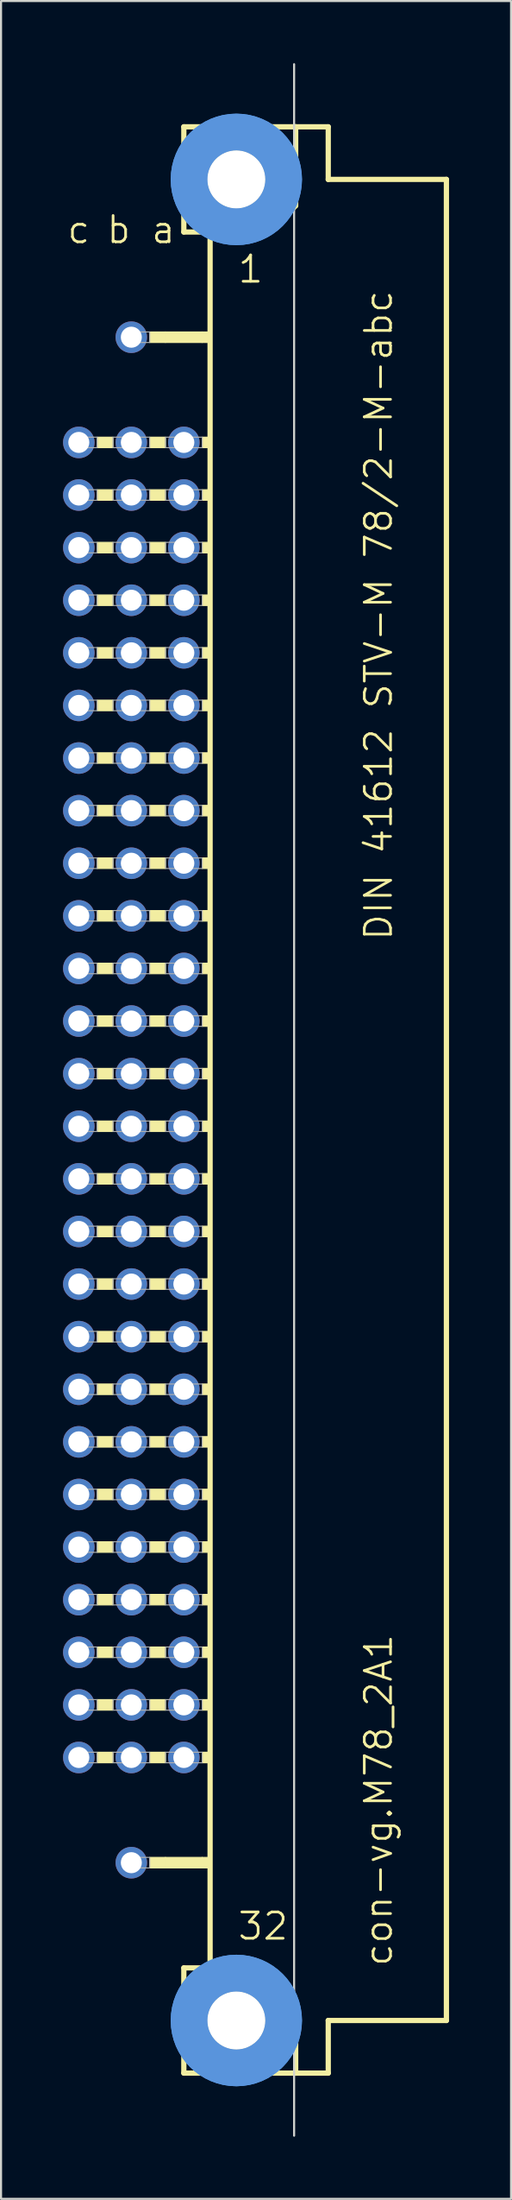
<source format=kicad_pcb>
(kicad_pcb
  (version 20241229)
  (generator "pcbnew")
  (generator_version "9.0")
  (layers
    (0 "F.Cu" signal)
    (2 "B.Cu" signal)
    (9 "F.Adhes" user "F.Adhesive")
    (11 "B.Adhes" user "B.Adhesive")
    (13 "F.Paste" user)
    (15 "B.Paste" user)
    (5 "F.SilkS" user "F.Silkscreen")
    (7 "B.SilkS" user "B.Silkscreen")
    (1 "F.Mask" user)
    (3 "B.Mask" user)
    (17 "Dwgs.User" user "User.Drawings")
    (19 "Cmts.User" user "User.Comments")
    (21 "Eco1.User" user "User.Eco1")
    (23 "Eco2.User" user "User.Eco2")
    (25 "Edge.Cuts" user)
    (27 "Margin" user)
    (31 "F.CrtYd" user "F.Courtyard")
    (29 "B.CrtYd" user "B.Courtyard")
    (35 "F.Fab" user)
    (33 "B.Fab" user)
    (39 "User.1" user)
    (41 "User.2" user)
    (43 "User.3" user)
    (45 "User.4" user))
  (footprint "con-vg.M78_2A1"
    (layer "F.Cu")
    (at 8.382 50.063)
    (property "Reference" "con-vg.M78_2A1" (at 7.62 41.91 90) (layer "F.SilkS") (effects (font (size 1.27 1.27) (thickness 0.13)) (justify left bottom)))
    (attr through_hole)
    (fp_line (start -2.54 -46.99) (end -2.54 -41.91) (stroke (width 0.254) (type default)) (layer "F.SilkS"))
    (fp_line (start -2.54 -41.91) (end -1.27 -41.91) (stroke (width 0.254) (type default)) (layer "F.SilkS"))
    (fp_line (start -2.54 41.91) (end -2.54 46.99) (stroke (width 0.254) (type default)) (layer "F.SilkS"))
    (fp_line (start -2.54 41.91) (end -1.27 41.91) (stroke (width 0.254) (type default)) (layer "F.SilkS"))
    (fp_line (start -2.54 46.99) (end 2.87 46.99) (stroke (width 0.254) (type default)) (layer "F.SilkS"))
    (fp_line (start -1.27 -41.91) (end -1.27 41.91) (stroke (width 0.254) (type default)) (layer "F.SilkS"))
    (fp_line (start -1.27 -41.91) (end 1.6 -41.91) (stroke (width 0.254) (type default)) (layer "F.SilkS"))
    (fp_line (start -1.27 41.91) (end 1.27 41.91) (stroke (width 0.254) (type default)) (layer "F.SilkS"))
    (fp_line (start 1.6 -41.91) (end 2.87 -43.18) (stroke (width 0.254) (type default)) (layer "F.SilkS"))
    (fp_line (start 2.87 -46.99) (end -2.54 -46.99) (stroke (width 0.254) (type default)) (layer "F.SilkS"))
    (fp_line (start 2.87 -43.18) (end 2.87 -46.99) (stroke (width 0.254) (type default)) (layer "F.SilkS"))
    (fp_line (start 2.87 43.51) (end 1.27 41.91) (stroke (width 0.254) (type default)) (layer "F.SilkS"))
    (fp_line (start 2.87 43.51) (end 2.87 46.99) (stroke (width 0.254) (type default)) (layer "F.SilkS"))
    (fp_line (start 2.87 46.99) (end 4.445 46.99) (stroke (width 0.254) (type default)) (layer "F.SilkS"))
    (fp_line (start 4.445 -46.99) (end 2.87 -46.99) (stroke (width 0.254) (type default)) (layer "F.SilkS"))
    (fp_line (start 4.445 -44.45) (end 4.445 -46.99) (stroke (width 0.254) (type default)) (layer "F.SilkS"))
    (fp_line (start 4.445 44.45) (end 10.16 44.45) (stroke (width 0.254) (type default)) (layer "F.SilkS"))
    (fp_line (start 4.445 46.99) (end 4.445 44.45) (stroke (width 0.254) (type default)) (layer "F.SilkS"))
    (fp_line (start 10.16 -44.45) (end 4.445 -44.45) (stroke (width 0.254) (type default)) (layer "F.SilkS"))
    (fp_line (start 10.16 44.45) (end 10.16 -44.45) (stroke (width 0.254) (type default)) (layer "F.SilkS"))
    (fp_rect (start -6.731 -31.496) (end -5.969 -32.004) (stroke (width 0.05) (type default)) (fill yes) (layer "F.SilkS"))
    (fp_rect (start -6.731 -28.956) (end -5.969 -29.464) (stroke (width 0.05) (type default)) (fill yes) (layer "F.SilkS"))
    (fp_rect (start -6.731 -26.416) (end -5.969 -26.924) (stroke (width 0.05) (type default)) (fill yes) (layer "F.SilkS"))
    (fp_rect (start -6.731 -23.876) (end -5.969 -24.384) (stroke (width 0.05) (type default)) (fill yes) (layer "F.SilkS"))
    (fp_rect (start -6.731 -21.336) (end -5.969 -21.844) (stroke (width 0.05) (type default)) (fill yes) (layer "F.SilkS"))
    (fp_rect (start -6.731 -18.796) (end -5.969 -19.304) (stroke (width 0.05) (type default)) (fill yes) (layer "F.SilkS"))
    (fp_rect (start -6.731 -16.256) (end -5.969 -16.764) (stroke (width 0.05) (type default)) (fill yes) (layer "F.SilkS"))
    (fp_rect (start -6.731 -13.716) (end -5.969 -14.224) (stroke (width 0.05) (type default)) (fill yes) (layer "F.SilkS"))
    (fp_rect (start -6.731 -11.176) (end -5.969 -11.684) (stroke (width 0.05) (type default)) (fill yes) (layer "F.SilkS"))
    (fp_rect (start -6.731 -8.636) (end -5.969 -9.144) (stroke (width 0.05) (type default)) (fill yes) (layer "F.SilkS"))
    (fp_rect (start -6.731 -6.096) (end -5.969 -6.604) (stroke (width 0.05) (type default)) (fill yes) (layer "F.SilkS"))
    (fp_rect (start -6.731 -3.556) (end -5.969 -4.064) (stroke (width 0.05) (type default)) (fill yes) (layer "F.SilkS"))
    (fp_rect (start -6.731 -1.016) (end -5.969 -1.524) (stroke (width 0.05) (type default)) (fill yes) (layer "F.SilkS"))
    (fp_rect (start -6.731 1.524) (end -5.969 1.016) (stroke (width 0.05) (type default)) (fill yes) (layer "F.SilkS"))
    (fp_rect (start -6.731 4.064) (end -5.969 3.556) (stroke (width 0.05) (type default)) (fill yes) (layer "F.SilkS"))
    (fp_rect (start -6.731 6.604) (end -5.969 6.096) (stroke (width 0.05) (type default)) (fill yes) (layer "F.SilkS"))
    (fp_rect (start -6.731 9.144) (end -5.969 8.636) (stroke (width 0.05) (type default)) (fill yes) (layer "F.SilkS"))
    (fp_rect (start -6.731 11.684) (end -5.969 11.176) (stroke (width 0.05) (type default)) (fill yes) (layer "F.SilkS"))
    (fp_rect (start -6.731 14.224) (end -5.969 13.716) (stroke (width 0.05) (type default)) (fill yes) (layer "F.SilkS"))
    (fp_rect (start -6.731 16.764) (end -5.969 16.256) (stroke (width 0.05) (type default)) (fill yes) (layer "F.SilkS"))
    (fp_rect (start -6.731 19.304) (end -5.969 18.796) (stroke (width 0.05) (type default)) (fill yes) (layer "F.SilkS"))
    (fp_rect (start -6.731 21.844) (end -5.969 21.336) (stroke (width 0.05) (type default)) (fill yes) (layer "F.SilkS"))
    (fp_rect (start -6.731 24.384) (end -5.969 23.876) (stroke (width 0.05) (type default)) (fill yes) (layer "F.SilkS"))
    (fp_rect (start -6.731 26.924) (end -5.969 26.416) (stroke (width 0.05) (type default)) (fill yes) (layer "F.SilkS"))
    (fp_rect (start -6.731 29.464) (end -5.969 28.956) (stroke (width 0.05) (type default)) (fill yes) (layer "F.SilkS"))
    (fp_rect (start -6.731 32.004) (end -5.969 31.496) (stroke (width 0.05) (type default)) (fill yes) (layer "F.SilkS"))
    (fp_rect (start -4.191 -36.576) (end -3.429 -37.084) (stroke (width 0.05) (type default)) (fill yes) (layer "F.SilkS"))
    (fp_rect (start -4.191 -31.496) (end -3.429 -32.004) (stroke (width 0.05) (type default)) (fill yes) (layer "F.SilkS"))
    (fp_rect (start -4.191 -28.956) (end -3.429 -29.464) (stroke (width 0.05) (type default)) (fill yes) (layer "F.SilkS"))
    (fp_rect (start -4.191 -26.416) (end -3.429 -26.924) (stroke (width 0.05) (type default)) (fill yes) (layer "F.SilkS"))
    (fp_rect (start -4.191 -23.876) (end -3.429 -24.384) (stroke (width 0.05) (type default)) (fill yes) (layer "F.SilkS"))
    (fp_rect (start -4.191 -21.336) (end -3.429 -21.844) (stroke (width 0.05) (type default)) (fill yes) (layer "F.SilkS"))
    (fp_rect (start -4.191 -18.796) (end -3.429 -19.304) (stroke (width 0.05) (type default)) (fill yes) (layer "F.SilkS"))
    (fp_rect (start -4.191 -16.256) (end -3.429 -16.764) (stroke (width 0.05) (type default)) (fill yes) (layer "F.SilkS"))
    (fp_rect (start -4.191 -13.716) (end -3.429 -14.224) (stroke (width 0.05) (type default)) (fill yes) (layer "F.SilkS"))
    (fp_rect (start -4.191 -11.176) (end -3.429 -11.684) (stroke (width 0.05) (type default)) (fill yes) (layer "F.SilkS"))
    (fp_rect (start -4.191 -8.636) (end -3.429 -9.144) (stroke (width 0.05) (type default)) (fill yes) (layer "F.SilkS"))
    (fp_rect (start -4.191 -6.096) (end -3.429 -6.604) (stroke (width 0.05) (type default)) (fill yes) (layer "F.SilkS"))
    (fp_rect (start -4.191 -3.556) (end -3.429 -4.064) (stroke (width 0.05) (type default)) (fill yes) (layer "F.SilkS"))
    (fp_rect (start -4.191 -1.016) (end -3.429 -1.524) (stroke (width 0.05) (type default)) (fill yes) (layer "F.SilkS"))
    (fp_rect (start -4.191 1.524) (end -3.429 1.016) (stroke (width 0.05) (type default)) (fill yes) (layer "F.SilkS"))
    (fp_rect (start -4.191 4.064) (end -3.429 3.556) (stroke (width 0.05) (type default)) (fill yes) (layer "F.SilkS"))
    (fp_rect (start -4.191 6.604) (end -3.429 6.096) (stroke (width 0.05) (type default)) (fill yes) (layer "F.SilkS"))
    (fp_rect (start -4.191 9.144) (end -3.429 8.636) (stroke (width 0.05) (type default)) (fill yes) (layer "F.SilkS"))
    (fp_rect (start -4.191 11.684) (end -3.429 11.176) (stroke (width 0.05) (type default)) (fill yes) (layer "F.SilkS"))
    (fp_rect (start -4.191 14.224) (end -3.429 13.716) (stroke (width 0.05) (type default)) (fill yes) (layer "F.SilkS"))
    (fp_rect (start -4.191 16.764) (end -3.429 16.256) (stroke (width 0.05) (type default)) (fill yes) (layer "F.SilkS"))
    (fp_rect (start -4.191 19.304) (end -3.429 18.796) (stroke (width 0.05) (type default)) (fill yes) (layer "F.SilkS"))
    (fp_rect (start -4.191 21.844) (end -3.429 21.336) (stroke (width 0.05) (type default)) (fill yes) (layer "F.SilkS"))
    (fp_rect (start -4.191 24.384) (end -3.429 23.876) (stroke (width 0.05) (type default)) (fill yes) (layer "F.SilkS"))
    (fp_rect (start -4.191 26.924) (end -3.429 26.416) (stroke (width 0.05) (type default)) (fill yes) (layer "F.SilkS"))
    (fp_rect (start -4.191 29.464) (end -3.429 28.956) (stroke (width 0.05) (type default)) (fill yes) (layer "F.SilkS"))
    (fp_rect (start -4.191 32.004) (end -3.429 31.496) (stroke (width 0.05) (type default)) (fill yes) (layer "F.SilkS"))
    (fp_rect (start -4.191 37.084) (end -3.429 36.576) (stroke (width 0.05) (type default)) (fill yes) (layer "F.SilkS"))
    (fp_rect (start -3.429 -36.576) (end -1.651 -37.084) (stroke (width 0.05) (type default)) (fill yes) (layer "F.SilkS"))
    (fp_rect (start -3.429 37.084) (end -1.651 36.576) (stroke (width 0.05) (type default)) (fill yes) (layer "F.SilkS"))
    (fp_rect (start -1.651 -36.576) (end -1.27 -37.084) (stroke (width 0.05) (type default)) (fill yes) (layer "F.SilkS"))
    (fp_rect (start -1.651 -31.496) (end -1.27 -32.004) (stroke (width 0.05) (type default)) (fill yes) (layer "F.SilkS"))
    (fp_rect (start -1.651 -28.956) (end -1.27 -29.464) (stroke (width 0.05) (type default)) (fill yes) (layer "F.SilkS"))
    (fp_rect (start -1.651 -26.416) (end -1.27 -26.924) (stroke (width 0.05) (type default)) (fill yes) (layer "F.SilkS"))
    (fp_rect (start -1.651 -23.876) (end -1.27 -24.384) (stroke (width 0.05) (type default)) (fill yes) (layer "F.SilkS"))
    (fp_rect (start -1.651 -21.336) (end -1.27 -21.844) (stroke (width 0.05) (type default)) (fill yes) (layer "F.SilkS"))
    (fp_rect (start -1.651 -18.796) (end -1.27 -19.304) (stroke (width 0.05) (type default)) (fill yes) (layer "F.SilkS"))
    (fp_rect (start -1.651 -16.256) (end -1.27 -16.764) (stroke (width 0.05) (type default)) (fill yes) (layer "F.SilkS"))
    (fp_rect (start -1.651 -13.716) (end -1.27 -14.224) (stroke (width 0.05) (type default)) (fill yes) (layer "F.SilkS"))
    (fp_rect (start -1.651 -11.176) (end -1.27 -11.684) (stroke (width 0.05) (type default)) (fill yes) (layer "F.SilkS"))
    (fp_rect (start -1.651 -8.636) (end -1.27 -9.144) (stroke (width 0.05) (type default)) (fill yes) (layer "F.SilkS"))
    (fp_rect (start -1.651 -6.096) (end -1.27 -6.604) (stroke (width 0.05) (type default)) (fill yes) (layer "F.SilkS"))
    (fp_rect (start -1.651 -3.556) (end -1.27 -4.064) (stroke (width 0.05) (type default)) (fill yes) (layer "F.SilkS"))
    (fp_rect (start -1.651 -1.016) (end -1.27 -1.524) (stroke (width 0.05) (type default)) (fill yes) (layer "F.SilkS"))
    (fp_rect (start -1.651 1.524) (end -1.27 1.016) (stroke (width 0.05) (type default)) (fill yes) (layer "F.SilkS"))
    (fp_rect (start -1.651 4.064) (end -1.27 3.556) (stroke (width 0.05) (type default)) (fill yes) (layer "F.SilkS"))
    (fp_rect (start -1.651 6.604) (end -1.27 6.096) (stroke (width 0.05) (type default)) (fill yes) (layer "F.SilkS"))
    (fp_rect (start -1.651 9.144) (end -1.27 8.636) (stroke (width 0.05) (type default)) (fill yes) (layer "F.SilkS"))
    (fp_rect (start -1.651 11.684) (end -1.27 11.176) (stroke (width 0.05) (type default)) (fill yes) (layer "F.SilkS"))
    (fp_rect (start -1.651 14.224) (end -1.27 13.716) (stroke (width 0.05) (type default)) (fill yes) (layer "F.SilkS"))
    (fp_rect (start -1.651 16.764) (end -1.27 16.256) (stroke (width 0.05) (type default)) (fill yes) (layer "F.SilkS"))
    (fp_rect (start -1.651 19.304) (end -1.27 18.796) (stroke (width 0.05) (type default)) (fill yes) (layer "F.SilkS"))
    (fp_rect (start -1.651 21.844) (end -1.27 21.336) (stroke (width 0.05) (type default)) (fill yes) (layer "F.SilkS"))
    (fp_rect (start -1.651 24.384) (end -1.27 23.876) (stroke (width 0.05) (type default)) (fill yes) (layer "F.SilkS"))
    (fp_rect (start -1.651 26.924) (end -1.27 26.416) (stroke (width 0.05) (type default)) (fill yes) (layer "F.SilkS"))
    (fp_rect (start -1.651 29.464) (end -1.27 28.956) (stroke (width 0.05) (type default)) (fill yes) (layer "F.SilkS"))
    (fp_rect (start -1.651 32.004) (end -1.27 31.496) (stroke (width 0.05) (type default)) (fill yes) (layer "F.SilkS"))
    (fp_rect (start -1.651 37.084) (end -1.27 36.576) (stroke (width 0.05) (type default)) (fill yes) (layer "F.SilkS"))
    (fp_circle (center 0 -44.45) (end 1.27 -44.45) (stroke (width 0.254) (type default)) (fill no) (layer "F.SilkS"))
    (fp_circle (center 0 44.45) (end 1.27 44.45) (stroke (width 0.254) (type default)) (fill no) (layer "F.SilkS"))
    (fp_circle (center 0 -44.45) (end 2.286 -44.45) (stroke (width 1.778) (type default)) (fill no) (layer "Cmts.User"))
    (fp_circle (center 0 -44.45) (end 2.286 -44.45) (stroke (width 1.778) (type default)) (fill no) (layer "Cmts.User"))
    (fp_circle (center 0 44.45) (end 2.286 44.45) (stroke (width 1.778) (type default)) (fill no) (layer "Cmts.User"))
    (fp_circle (center 0 44.45) (end 2.286 44.45) (stroke (width 1.778) (type default)) (fill no) (layer "Cmts.User"))
    (fp_line (start 2.794 50.013) (end 2.794 -50.013) (stroke (width 0.1) (type default)) (layer "Edge.Cuts"))
    (fp_rect (start -7.874 -31.496) (end -6.731 -32.004) (stroke (width 0.05) (type default)) (fill no) (layer "F.Fab"))
    (fp_rect (start -7.874 -28.956) (end -6.731 -29.464) (stroke (width 0.05) (type default)) (fill no) (layer "F.Fab"))
    (fp_rect (start -7.874 -26.416) (end -6.731 -26.924) (stroke (width 0.05) (type default)) (fill no) (layer "F.Fab"))
    (fp_rect (start -7.874 -23.876) (end -6.731 -24.384) (stroke (width 0.05) (type default)) (fill no) (layer "F.Fab"))
    (fp_rect (start -7.874 -21.336) (end -6.731 -21.844) (stroke (width 0.05) (type default)) (fill no) (layer "F.Fab"))
    (fp_rect (start -7.874 -18.796) (end -6.731 -19.304) (stroke (width 0.05) (type default)) (fill no) (layer "F.Fab"))
    (fp_rect (start -7.874 -16.256) (end -6.731 -16.764) (stroke (width 0.05) (type default)) (fill no) (layer "F.Fab"))
    (fp_rect (start -7.874 -13.716) (end -6.731 -14.224) (stroke (width 0.05) (type default)) (fill no) (layer "F.Fab"))
    (fp_rect (start -7.874 -11.176) (end -6.731 -11.684) (stroke (width 0.05) (type default)) (fill no) (layer "F.Fab"))
    (fp_rect (start -7.874 -8.636) (end -6.731 -9.144) (stroke (width 0.05) (type default)) (fill no) (layer "F.Fab"))
    (fp_rect (start -7.874 -6.096) (end -6.731 -6.604) (stroke (width 0.05) (type default)) (fill no) (layer "F.Fab"))
    (fp_rect (start -7.874 -3.556) (end -6.731 -4.064) (stroke (width 0.05) (type default)) (fill no) (layer "F.Fab"))
    (fp_rect (start -7.874 -1.016) (end -6.731 -1.524) (stroke (width 0.05) (type default)) (fill no) (layer "F.Fab"))
    (fp_rect (start -7.874 1.524) (end -6.731 1.016) (stroke (width 0.05) (type default)) (fill no) (layer "F.Fab"))
    (fp_rect (start -7.874 4.064) (end -6.731 3.556) (stroke (width 0.05) (type default)) (fill no) (layer "F.Fab"))
    (fp_rect (start -7.874 6.604) (end -6.731 6.096) (stroke (width 0.05) (type default)) (fill no) (layer "F.Fab"))
    (fp_rect (start -7.874 9.144) (end -6.731 8.636) (stroke (width 0.05) (type default)) (fill no) (layer "F.Fab"))
    (fp_rect (start -7.874 11.684) (end -6.731 11.176) (stroke (width 0.05) (type default)) (fill no) (layer "F.Fab"))
    (fp_rect (start -7.874 14.224) (end -6.731 13.716) (stroke (width 0.05) (type default)) (fill no) (layer "F.Fab"))
    (fp_rect (start -7.874 16.764) (end -6.731 16.256) (stroke (width 0.05) (type default)) (fill no) (layer "F.Fab"))
    (fp_rect (start -7.874 19.304) (end -6.731 18.796) (stroke (width 0.05) (type default)) (fill no) (layer "F.Fab"))
    (fp_rect (start -7.874 21.844) (end -6.731 21.336) (stroke (width 0.05) (type default)) (fill no) (layer "F.Fab"))
    (fp_rect (start -7.874 24.384) (end -6.731 23.876) (stroke (width 0.05) (type default)) (fill no) (layer "F.Fab"))
    (fp_rect (start -7.874 26.924) (end -6.731 26.416) (stroke (width 0.05) (type default)) (fill no) (layer "F.Fab"))
    (fp_rect (start -7.874 29.464) (end -6.731 28.956) (stroke (width 0.05) (type default)) (fill no) (layer "F.Fab"))
    (fp_rect (start -7.874 32.004) (end -6.731 31.496) (stroke (width 0.05) (type default)) (fill no) (layer "F.Fab"))
    (fp_rect (start -5.969 -31.496) (end -4.191 -32.004) (stroke (width 0.05) (type default)) (fill no) (layer "F.Fab"))
    (fp_rect (start -5.969 -28.956) (end -4.191 -29.464) (stroke (width 0.05) (type default)) (fill no) (layer "F.Fab"))
    (fp_rect (start -5.969 -26.416) (end -4.191 -26.924) (stroke (width 0.05) (type default)) (fill no) (layer "F.Fab"))
    (fp_rect (start -5.969 -23.876) (end -4.191 -24.384) (stroke (width 0.05) (type default)) (fill no) (layer "F.Fab"))
    (fp_rect (start -5.969 -21.336) (end -4.191 -21.844) (stroke (width 0.05) (type default)) (fill no) (layer "F.Fab"))
    (fp_rect (start -5.969 -18.796) (end -4.191 -19.304) (stroke (width 0.05) (type default)) (fill no) (layer "F.Fab"))
    (fp_rect (start -5.969 -16.256) (end -4.191 -16.764) (stroke (width 0.05) (type default)) (fill no) (layer "F.Fab"))
    (fp_rect (start -5.969 -13.716) (end -4.191 -14.224) (stroke (width 0.05) (type default)) (fill no) (layer "F.Fab"))
    (fp_rect (start -5.969 -11.176) (end -4.191 -11.684) (stroke (width 0.05) (type default)) (fill no) (layer "F.Fab"))
    (fp_rect (start -5.969 -8.636) (end -4.191 -9.144) (stroke (width 0.05) (type default)) (fill no) (layer "F.Fab"))
    (fp_rect (start -5.969 -6.096) (end -4.191 -6.604) (stroke (width 0.05) (type default)) (fill no) (layer "F.Fab"))
    (fp_rect (start -5.969 -3.556) (end -4.191 -4.064) (stroke (width 0.05) (type default)) (fill no) (layer "F.Fab"))
    (fp_rect (start -5.969 -1.016) (end -4.191 -1.524) (stroke (width 0.05) (type default)) (fill no) (layer "F.Fab"))
    (fp_rect (start -5.969 1.524) (end -4.191 1.016) (stroke (width 0.05) (type default)) (fill no) (layer "F.Fab"))
    (fp_rect (start -5.969 4.064) (end -4.191 3.556) (stroke (width 0.05) (type default)) (fill no) (layer "F.Fab"))
    (fp_rect (start -5.969 6.604) (end -4.191 6.096) (stroke (width 0.05) (type default)) (fill no) (layer "F.Fab"))
    (fp_rect (start -5.969 9.144) (end -4.191 8.636) (stroke (width 0.05) (type default)) (fill no) (layer "F.Fab"))
    (fp_rect (start -5.969 11.684) (end -4.191 11.176) (stroke (width 0.05) (type default)) (fill no) (layer "F.Fab"))
    (fp_rect (start -5.969 14.224) (end -4.191 13.716) (stroke (width 0.05) (type default)) (fill no) (layer "F.Fab"))
    (fp_rect (start -5.969 16.764) (end -4.191 16.256) (stroke (width 0.05) (type default)) (fill no) (layer "F.Fab"))
    (fp_rect (start -5.969 19.304) (end -4.191 18.796) (stroke (width 0.05) (type default)) (fill no) (layer "F.Fab"))
    (fp_rect (start -5.969 21.844) (end -4.191 21.336) (stroke (width 0.05) (type default)) (fill no) (layer "F.Fab"))
    (fp_rect (start -5.969 24.384) (end -4.191 23.876) (stroke (width 0.05) (type default)) (fill no) (layer "F.Fab"))
    (fp_rect (start -5.969 26.924) (end -4.191 26.416) (stroke (width 0.05) (type default)) (fill no) (layer "F.Fab"))
    (fp_rect (start -5.969 29.464) (end -4.191 28.956) (stroke (width 0.05) (type default)) (fill no) (layer "F.Fab"))
    (fp_rect (start -5.969 32.004) (end -4.191 31.496) (stroke (width 0.05) (type default)) (fill no) (layer "F.Fab"))
    (fp_rect (start -5.334 -36.576) (end -4.191 -37.084) (stroke (width 0.05) (type default)) (fill no) (layer "F.Fab"))
    (fp_rect (start -5.334 37.084) (end -4.191 36.576) (stroke (width 0.05) (type default)) (fill no) (layer "F.Fab"))
    (fp_rect (start -3.429 -31.496) (end -1.651 -32.004) (stroke (width 0.05) (type default)) (fill no) (layer "F.Fab"))
    (fp_rect (start -3.429 -28.956) (end -1.651 -29.464) (stroke (width 0.05) (type default)) (fill no) (layer "F.Fab"))
    (fp_rect (start -3.429 -26.416) (end -1.651 -26.924) (stroke (width 0.05) (type default)) (fill no) (layer "F.Fab"))
    (fp_rect (start -3.429 -23.876) (end -1.651 -24.384) (stroke (width 0.05) (type default)) (fill no) (layer "F.Fab"))
    (fp_rect (start -3.429 -21.336) (end -1.651 -21.844) (stroke (width 0.05) (type default)) (fill no) (layer "F.Fab"))
    (fp_rect (start -3.429 -18.796) (end -1.651 -19.304) (stroke (width 0.05) (type default)) (fill no) (layer "F.Fab"))
    (fp_rect (start -3.429 -16.256) (end -1.651 -16.764) (stroke (width 0.05) (type default)) (fill no) (layer "F.Fab"))
    (fp_rect (start -3.429 -13.716) (end -1.651 -14.224) (stroke (width 0.05) (type default)) (fill no) (layer "F.Fab"))
    (fp_rect (start -3.429 -11.176) (end -1.651 -11.684) (stroke (width 0.05) (type default)) (fill no) (layer "F.Fab"))
    (fp_rect (start -3.429 -8.636) (end -1.651 -9.144) (stroke (width 0.05) (type default)) (fill no) (layer "F.Fab"))
    (fp_rect (start -3.429 -6.096) (end -1.651 -6.604) (stroke (width 0.05) (type default)) (fill no) (layer "F.Fab"))
    (fp_rect (start -3.429 -3.556) (end -1.651 -4.064) (stroke (width 0.05) (type default)) (fill no) (layer "F.Fab"))
    (fp_rect (start -3.429 -1.016) (end -1.651 -1.524) (stroke (width 0.05) (type default)) (fill no) (layer "F.Fab"))
    (fp_rect (start -3.429 1.524) (end -1.651 1.016) (stroke (width 0.05) (type default)) (fill no) (layer "F.Fab"))
    (fp_rect (start -3.429 4.064) (end -1.651 3.556) (stroke (width 0.05) (type default)) (fill no) (layer "F.Fab"))
    (fp_rect (start -3.429 6.604) (end -1.651 6.096) (stroke (width 0.05) (type default)) (fill no) (layer "F.Fab"))
    (fp_rect (start -3.429 9.144) (end -1.651 8.636) (stroke (width 0.05) (type default)) (fill no) (layer "F.Fab"))
    (fp_rect (start -3.429 11.684) (end -1.651 11.176) (stroke (width 0.05) (type default)) (fill no) (layer "F.Fab"))
    (fp_rect (start -3.429 14.224) (end -1.651 13.716) (stroke (width 0.05) (type default)) (fill no) (layer "F.Fab"))
    (fp_rect (start -3.429 16.764) (end -1.651 16.256) (stroke (width 0.05) (type default)) (fill no) (layer "F.Fab"))
    (fp_rect (start -3.429 19.304) (end -1.651 18.796) (stroke (width 0.05) (type default)) (fill no) (layer "F.Fab"))
    (fp_rect (start -3.429 21.844) (end -1.651 21.336) (stroke (width 0.05) (type default)) (fill no) (layer "F.Fab"))
    (fp_rect (start -3.429 24.384) (end -1.651 23.876) (stroke (width 0.05) (type default)) (fill no) (layer "F.Fab"))
    (fp_rect (start -3.429 26.924) (end -1.651 26.416) (stroke (width 0.05) (type default)) (fill no) (layer "F.Fab"))
    (fp_rect (start -3.429 29.464) (end -1.651 28.956) (stroke (width 0.05) (type default)) (fill no) (layer "F.Fab"))
    (fp_rect (start -3.429 32.004) (end -1.651 31.496) (stroke (width 0.05) (type default)) (fill no) (layer "F.Fab"))
    (fp_text user "1" (at 0 -39.37 0) (layer "F.SilkS") (effects (font (size 1.27 1.27) (thickness 0.13)) (justify left bottom)))
    (fp_text user "b" (at -6.35 -41.275 0) (layer "F.SilkS") (effects (font (size 1.27 1.27) (thickness 0.13)) (justify left bottom)))
    (fp_text user "DIN 41612 STV-M 78/2-M-abc" (at 7.62 -7.62 90) (layer "F.SilkS") (effects (font (size 1.27 1.27) (thickness 0.13)) (justify left bottom)))
    (fp_text user "a" (at -4.191 -41.275 0) (layer "F.SilkS") (effects (font (size 1.27 1.27) (thickness 0.13)) (justify left bottom)))
    (fp_text user "32" (at 0 40.64 0) (layer "F.SilkS") (effects (font (size 1.27 1.27) (thickness 0.13)) (justify left bottom)))
    (fp_text user "c" (at -8.255 -41.275 0) (layer "F.SilkS") (effects (font (size 1.27 1.27) (thickness 0.13)) (justify left bottom)))
    (pad "" np_thru_hole circle (at 0 -44.45) (size 2.794 2.794) (drill 2.794) (layers "*.Cu" "*.Mask"))
    (pad "" np_thru_hole circle (at 0 44.45) (size 2.794 2.794) (drill 2.794) (layers "*.Cu" "*.Mask"))
    (pad "A4" thru_hole circle (at -2.54 -31.75) (size 1.524 1.524) (drill 1.016) (layers "*.Cu" "*.Mask"))
    (pad "A5" thru_hole circle (at -2.54 -29.21) (size 1.524 1.524) (drill 1.016) (layers "*.Cu" "*.Mask"))
    (pad "A6" thru_hole circle (at -2.54 -26.67) (size 1.524 1.524) (drill 1.016) (layers "*.Cu" "*.Mask"))
    (pad "A7" thru_hole circle (at -2.54 -24.13) (size 1.524 1.524) (drill 1.016) (layers "*.Cu" "*.Mask"))
    (pad "A8" thru_hole circle (at -2.54 -21.59) (size 1.524 1.524) (drill 1.016) (layers "*.Cu" "*.Mask"))
    (pad "A9" thru_hole circle (at -2.54 -19.05) (size 1.524 1.524) (drill 1.016) (layers "*.Cu" "*.Mask"))
    (pad "A10" thru_hole circle (at -2.54 -16.51) (size 1.524 1.524) (drill 1.016) (layers "*.Cu" "*.Mask"))
    (pad "A11" thru_hole circle (at -2.54 -13.97) (size 1.524 1.524) (drill 1.016) (layers "*.Cu" "*.Mask"))
    (pad "A12" thru_hole circle (at -2.54 -11.43) (size 1.524 1.524) (drill 1.016) (layers "*.Cu" "*.Mask"))
    (pad "A13" thru_hole circle (at -2.54 -8.89) (size 1.524 1.524) (drill 1.016) (layers "*.Cu" "*.Mask"))
    (pad "A14" thru_hole circle (at -2.54 -6.35) (size 1.524 1.524) (drill 1.016) (layers "*.Cu" "*.Mask"))
    (pad "A15" thru_hole circle (at -2.54 -3.81) (size 1.524 1.524) (drill 1.016) (layers "*.Cu" "*.Mask"))
    (pad "A16" thru_hole circle (at -2.54 -1.27) (size 1.524 1.524) (drill 1.016) (layers "*.Cu" "*.Mask"))
    (pad "A17" thru_hole circle (at -2.54 1.27) (size 1.524 1.524) (drill 1.016) (layers "*.Cu" "*.Mask"))
    (pad "A18" thru_hole circle (at -2.54 3.81) (size 1.524 1.524) (drill 1.016) (layers "*.Cu" "*.Mask"))
    (pad "A19" thru_hole circle (at -2.54 6.35) (size 1.524 1.524) (drill 1.016) (layers "*.Cu" "*.Mask"))
    (pad "A20" thru_hole circle (at -2.54 8.89) (size 1.524 1.524) (drill 1.016) (layers "*.Cu" "*.Mask"))
    (pad "A21" thru_hole circle (at -2.54 11.43) (size 1.524 1.524) (drill 1.016) (layers "*.Cu" "*.Mask"))
    (pad "A22" thru_hole circle (at -2.54 13.97) (size 1.524 1.524) (drill 1.016) (layers "*.Cu" "*.Mask"))
    (pad "A23" thru_hole circle (at -2.54 16.51) (size 1.524 1.524) (drill 1.016) (layers "*.Cu" "*.Mask"))
    (pad "A24" thru_hole circle (at -2.54 19.05) (size 1.524 1.524) (drill 1.016) (layers "*.Cu" "*.Mask"))
    (pad "A25" thru_hole circle (at -2.54 21.59) (size 1.524 1.524) (drill 1.016) (layers "*.Cu" "*.Mask"))
    (pad "A26" thru_hole circle (at -2.54 24.13) (size 1.524 1.524) (drill 1.016) (layers "*.Cu" "*.Mask"))
    (pad "A27" thru_hole circle (at -2.54 26.67) (size 1.524 1.524) (drill 1.016) (layers "*.Cu" "*.Mask"))
    (pad "A28" thru_hole circle (at -2.54 29.21) (size 1.524 1.524) (drill 1.016) (layers "*.Cu" "*.Mask"))
    (pad "A29" thru_hole circle (at -2.54 31.75) (size 1.524 1.524) (drill 1.016) (layers "*.Cu" "*.Mask"))
    (pad "B2" thru_hole circle (at -5.08 -36.83) (size 1.524 1.524) (drill 1.016) (layers "*.Cu" "*.Mask"))
    (pad "B4" thru_hole circle (at -5.08 -31.75) (size 1.524 1.524) (drill 1.016) (layers "*.Cu" "*.Mask"))
    (pad "B5" thru_hole circle (at -5.08 -29.21) (size 1.524 1.524) (drill 1.016) (layers "*.Cu" "*.Mask"))
    (pad "B6" thru_hole circle (at -5.08 -26.67) (size 1.524 1.524) (drill 1.016) (layers "*.Cu" "*.Mask"))
    (pad "B7" thru_hole circle (at -5.08 -24.13) (size 1.524 1.524) (drill 1.016) (layers "*.Cu" "*.Mask"))
    (pad "B8" thru_hole circle (at -5.08 -21.59) (size 1.524 1.524) (drill 1.016) (layers "*.Cu" "*.Mask"))
    (pad "B9" thru_hole circle (at -5.08 -19.05) (size 1.524 1.524) (drill 1.016) (layers "*.Cu" "*.Mask"))
    (pad "B10" thru_hole circle (at -5.08 -16.51) (size 1.524 1.524) (drill 1.016) (layers "*.Cu" "*.Mask"))
    (pad "B11" thru_hole circle (at -5.08 -13.97) (size 1.524 1.524) (drill 1.016) (layers "*.Cu" "*.Mask"))
    (pad "B12" thru_hole circle (at -5.08 -11.43) (size 1.524 1.524) (drill 1.016) (layers "*.Cu" "*.Mask"))
    (pad "B13" thru_hole circle (at -5.08 -8.89) (size 1.524 1.524) (drill 1.016) (layers "*.Cu" "*.Mask"))
    (pad "B14" thru_hole circle (at -5.08 -6.35) (size 1.524 1.524) (drill 1.016) (layers "*.Cu" "*.Mask"))
    (pad "B15" thru_hole circle (at -5.08 -3.81) (size 1.524 1.524) (drill 1.016) (layers "*.Cu" "*.Mask"))
    (pad "B16" thru_hole circle (at -5.08 -1.27) (size 1.524 1.524) (drill 1.016) (layers "*.Cu" "*.Mask"))
    (pad "B17" thru_hole circle (at -5.08 1.27) (size 1.524 1.524) (drill 1.016) (layers "*.Cu" "*.Mask"))
    (pad "B18" thru_hole circle (at -5.08 3.81) (size 1.524 1.524) (drill 1.016) (layers "*.Cu" "*.Mask"))
    (pad "B19" thru_hole circle (at -5.08 6.35) (size 1.524 1.524) (drill 1.016) (layers "*.Cu" "*.Mask"))
    (pad "B20" thru_hole circle (at -5.08 8.89) (size 1.524 1.524) (drill 1.016) (layers "*.Cu" "*.Mask"))
    (pad "B21" thru_hole circle (at -5.08 11.43) (size 1.524 1.524) (drill 1.016) (layers "*.Cu" "*.Mask"))
    (pad "B22" thru_hole circle (at -5.08 13.97) (size 1.524 1.524) (drill 1.016) (layers "*.Cu" "*.Mask"))
    (pad "B23" thru_hole circle (at -5.08 16.51) (size 1.524 1.524) (drill 1.016) (layers "*.Cu" "*.Mask"))
    (pad "B24" thru_hole circle (at -5.08 19.05) (size 1.524 1.524) (drill 1.016) (layers "*.Cu" "*.Mask"))
    (pad "B25" thru_hole circle (at -5.08 21.59) (size 1.524 1.524) (drill 1.016) (layers "*.Cu" "*.Mask"))
    (pad "B26" thru_hole circle (at -5.08 24.13) (size 1.524 1.524) (drill 1.016) (layers "*.Cu" "*.Mask"))
    (pad "B27" thru_hole circle (at -5.08 26.67) (size 1.524 1.524) (drill 1.016) (layers "*.Cu" "*.Mask"))
    (pad "B28" thru_hole circle (at -5.08 29.21) (size 1.524 1.524) (drill 1.016) (layers "*.Cu" "*.Mask"))
    (pad "B29" thru_hole circle (at -5.08 31.75) (size 1.524 1.524) (drill 1.016) (layers "*.Cu" "*.Mask"))
    (pad "B31" thru_hole circle (at -5.08 36.83) (size 1.524 1.524) (drill 1.016) (layers "*.Cu" "*.Mask"))
    (pad "C4" thru_hole circle (at -7.62 -31.75) (size 1.524 1.524) (drill 1.016) (layers "*.Cu" "*.Mask"))
    (pad "C5" thru_hole circle (at -7.62 -29.21) (size 1.524 1.524) (drill 1.016) (layers "*.Cu" "*.Mask"))
    (pad "C6" thru_hole circle (at -7.62 -26.67) (size 1.524 1.524) (drill 1.016) (layers "*.Cu" "*.Mask"))
    (pad "C7" thru_hole circle (at -7.62 -24.13) (size 1.524 1.524) (drill 1.016) (layers "*.Cu" "*.Mask"))
    (pad "C8" thru_hole circle (at -7.62 -21.59) (size 1.524 1.524) (drill 1.016) (layers "*.Cu" "*.Mask"))
    (pad "C9" thru_hole circle (at -7.62 -19.05) (size 1.524 1.524) (drill 1.016) (layers "*.Cu" "*.Mask"))
    (pad "C10" thru_hole circle (at -7.62 -16.51) (size 1.524 1.524) (drill 1.016) (layers "*.Cu" "*.Mask"))
    (pad "C11" thru_hole circle (at -7.62 -13.97) (size 1.524 1.524) (drill 1.016) (layers "*.Cu" "*.Mask"))
    (pad "C12" thru_hole circle (at -7.62 -11.43) (size 1.524 1.524) (drill 1.016) (layers "*.Cu" "*.Mask"))
    (pad "C13" thru_hole circle (at -7.62 -8.89) (size 1.524 1.524) (drill 1.016) (layers "*.Cu" "*.Mask"))
    (pad "C14" thru_hole circle (at -7.62 -6.35) (size 1.524 1.524) (drill 1.016) (layers "*.Cu" "*.Mask"))
    (pad "C15" thru_hole circle (at -7.62 -3.81) (size 1.524 1.524) (drill 1.016) (layers "*.Cu" "*.Mask"))
    (pad "C16" thru_hole circle (at -7.62 -1.27) (size 1.524 1.524) (drill 1.016) (layers "*.Cu" "*.Mask"))
    (pad "C17" thru_hole circle (at -7.62 1.27) (size 1.524 1.524) (drill 1.016) (layers "*.Cu" "*.Mask"))
    (pad "C18" thru_hole circle (at -7.62 3.81) (size 1.524 1.524) (drill 1.016) (layers "*.Cu" "*.Mask"))
    (pad "C19" thru_hole circle (at -7.62 6.35) (size 1.524 1.524) (drill 1.016) (layers "*.Cu" "*.Mask"))
    (pad "C20" thru_hole circle (at -7.62 8.89) (size 1.524 1.524) (drill 1.016) (layers "*.Cu" "*.Mask"))
    (pad "C21" thru_hole circle (at -7.62 11.43) (size 1.524 1.524) (drill 1.016) (layers "*.Cu" "*.Mask"))
    (pad "C22" thru_hole circle (at -7.62 13.97) (size 1.524 1.524) (drill 1.016) (layers "*.Cu" "*.Mask"))
    (pad "C23" thru_hole circle (at -7.62 16.51) (size 1.524 1.524) (drill 1.016) (layers "*.Cu" "*.Mask"))
    (pad "C24" thru_hole circle (at -7.62 19.05) (size 1.524 1.524) (drill 1.016) (layers "*.Cu" "*.Mask"))
    (pad "C25" thru_hole circle (at -7.62 21.59) (size 1.524 1.524) (drill 1.016) (layers "*.Cu" "*.Mask"))
    (pad "C26" thru_hole circle (at -7.62 24.13) (size 1.524 1.524) (drill 1.016) (layers "*.Cu" "*.Mask"))
    (pad "C27" thru_hole circle (at -7.62 26.67) (size 1.524 1.524) (drill 1.016) (layers "*.Cu" "*.Mask"))
    (pad "C28" thru_hole circle (at -7.62 29.21) (size 1.524 1.524) (drill 1.016) (layers "*.Cu" "*.Mask"))
    (pad "C29" thru_hole circle (at -7.62 31.75) (size 1.524 1.524) (drill 1.016) (layers "*.Cu" "*.Mask")))
  (gr_rect
    (start -3 -3)
    (end 21.669 103.125)
    (stroke (width 0.1) (type default))
    (fill no)
    (layer "Edge.Cuts")))
</source>
